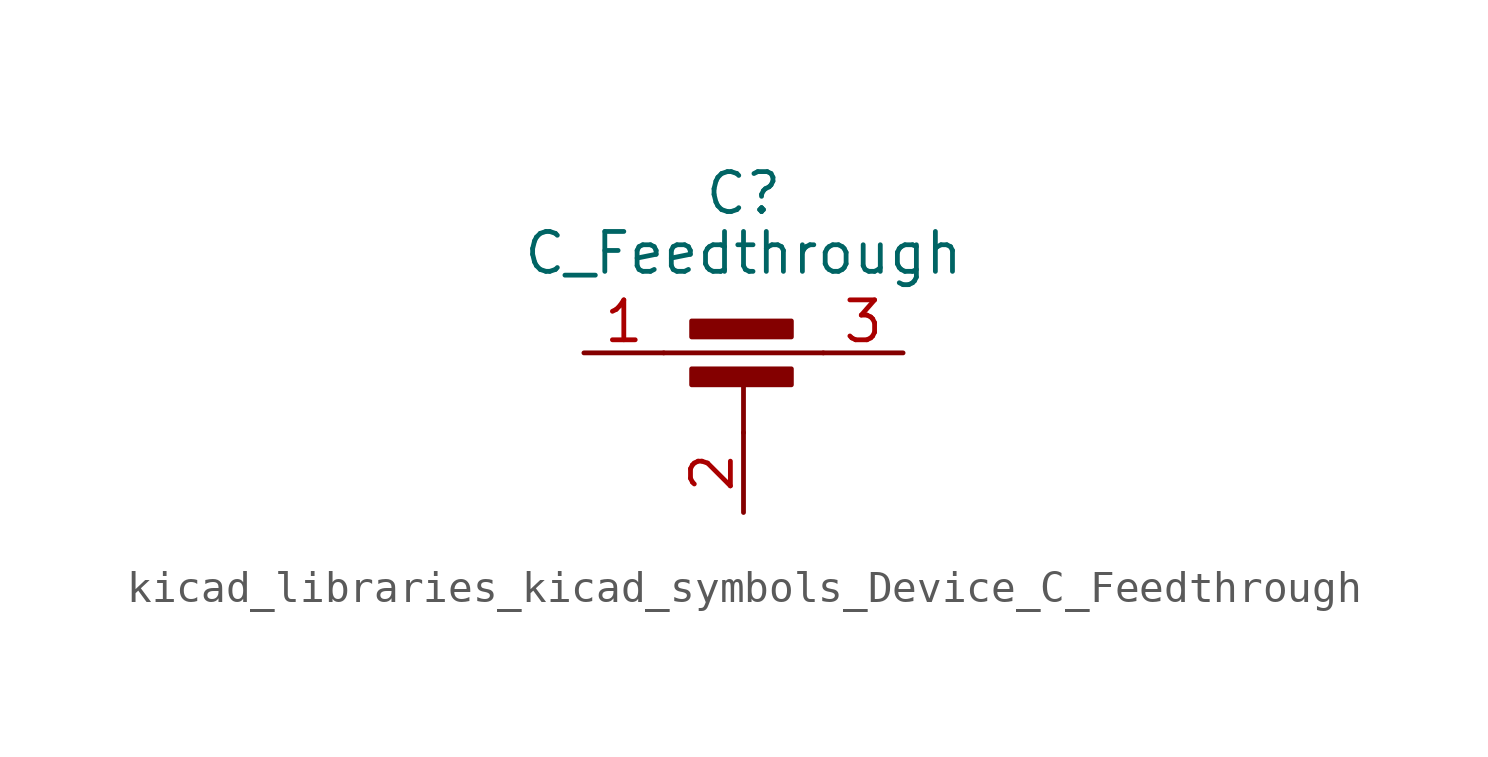
<source format=kicad_sym>
(kicad_symbol_lib
  (version 20220914)
  (generator kicad_symbol_editor)
  (symbol "kicad_libraries_kicad_symbols_Device_C_Feedthrough"
    (pin_names
      (offset 0.254) hide)
    (property "Reference" "C"
      (at 0 7.62 0)
      (effects (font (size 1.27 1.27))))
    (property "Value" "C_Feedthrough"
      (at 0 5.715 0)
      (effects (font (size 1.27 1.27))))
    (symbol "kicad_libraries_kicad_symbols_Device_C_Feedthrough_0_1"
      (rectangle (start -1.651 1.524) (end 1.524 2.032) (stroke (width 0) (type default)) (fill (type outline)))
      (polyline (pts (xy -2.54 2.54) (xy 2.54 2.54)) (stroke (width 0) (type default)) (fill (type none)))
      (polyline (pts (xy 0 0) (xy 0 1.778)) (stroke (width 0) (type default)) (fill (type none)))
      (rectangle (start 1.524 3.048) (end -1.651 3.556) (stroke (width 0) (type default)) (fill (type outline))))
    (symbol "kicad_libraries_kicad_symbols_Device_C_Feedthrough_1_1"
      (pin passive line (at -5.08 2.54 0) (length 2.54) (name "1" (effects (font (size 1.27 1.27)))) (number "1" (effects (font (size 1.27 1.27)))))
      (pin passive line (at 0 -2.54 90) (length 2.54) (name "2" (effects (font (size 1.27 1.27)))) (number "2" (effects (font (size 1.27 1.27)))))
      (pin passive line (at 5.08 2.54 180) (length 2.54) (name "3" (effects (font (size 1.27 1.27)))) (number "3" (effects (font (size 1.27 1.27))))))))
</source>
